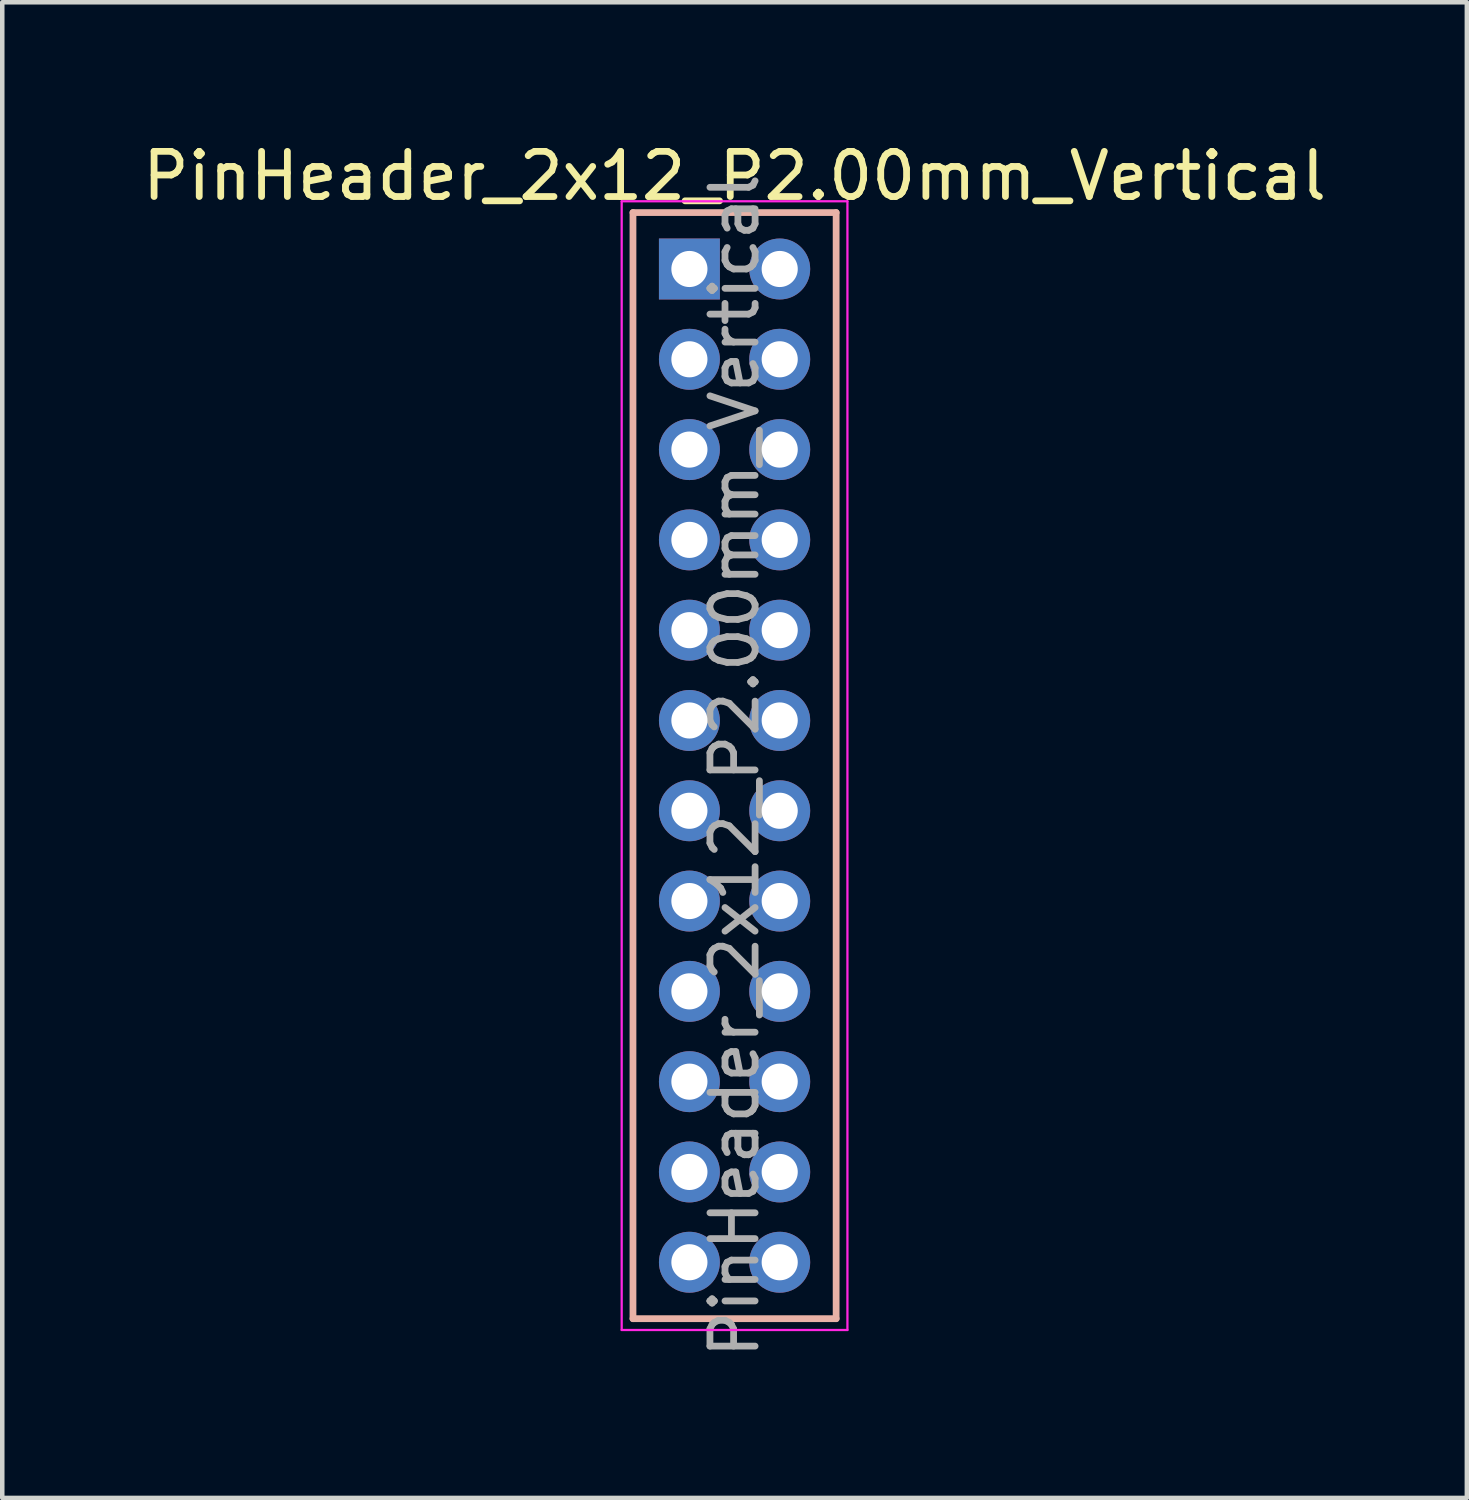
<source format=kicad_pcb>
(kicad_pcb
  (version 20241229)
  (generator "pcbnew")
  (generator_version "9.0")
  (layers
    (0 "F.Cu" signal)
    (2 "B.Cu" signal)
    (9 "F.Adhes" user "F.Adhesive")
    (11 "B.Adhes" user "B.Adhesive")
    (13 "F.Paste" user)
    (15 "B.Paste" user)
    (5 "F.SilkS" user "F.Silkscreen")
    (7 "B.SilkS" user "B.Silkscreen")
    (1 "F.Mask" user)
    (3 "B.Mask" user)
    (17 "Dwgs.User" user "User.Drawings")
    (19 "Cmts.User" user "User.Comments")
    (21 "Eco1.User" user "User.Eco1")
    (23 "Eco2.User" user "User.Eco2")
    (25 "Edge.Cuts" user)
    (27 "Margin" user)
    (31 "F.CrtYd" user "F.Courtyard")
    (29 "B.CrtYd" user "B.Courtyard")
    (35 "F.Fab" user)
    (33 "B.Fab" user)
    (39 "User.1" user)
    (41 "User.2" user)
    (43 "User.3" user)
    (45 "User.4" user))
  (footprint "PinHeader_2x12_P2.00mm_Vertical"
    (layer "F.Cu")
    (at 12.22 2.908)
    (property "Reference" "PinHeader_2x12_P2.00mm_Vertical" (at 1 -2.06 0) (layer "F.SilkS") (effects (font (size 1 1) (thickness 0.15))))
    (attr through_hole)
    (fp_line (start -1.25 -1.25) (end -1.25 23.25) (stroke (width 0.15) (type solid)) (layer "B.SilkS"))
    (fp_line (start -1.25 23.25) (end 3.25 23.25) (stroke (width 0.15) (type solid)) (layer "B.SilkS"))
    (fp_line (start 3.25 -1.25) (end -1.25 -1.25) (stroke (width 0.15) (type solid)) (layer "B.SilkS"))
    (fp_line (start 3.25 23.25) (end 3.25 -1.25) (stroke (width 0.15) (type solid)) (layer "B.SilkS"))
    (fp_line (start -1.5 -1.5) (end -1.5 23.5) (stroke (width 0.05) (type solid)) (layer "F.CrtYd"))
    (fp_line (start -1.5 23.5) (end 3.5 23.5) (stroke (width 0.05) (type solid)) (layer "F.CrtYd"))
    (fp_line (start 3.5 -1.5) (end -1.5 -1.5) (stroke (width 0.05) (type solid)) (layer "F.CrtYd"))
    (fp_line (start 3.5 23.5) (end 3.5 -1.5) (stroke (width 0.05) (type solid)) (layer "F.CrtYd"))
    (fp_text user "${REFERENCE}" (at 1 11 90) (layer "F.Fab") (effects (font (size 1 1) (thickness 0.15))))
    (pad "1" thru_hole rect (at 0 0) (size 1.35 1.35) (drill 0.8) (layers "*.Cu" "*.Mask"))
    (pad "2" thru_hole oval (at 2 0) (size 1.35 1.35) (drill 0.8) (layers "*.Cu" "*.Mask"))
    (pad "3" thru_hole oval (at 0 2) (size 1.35 1.35) (drill 0.8) (layers "*.Cu" "*.Mask"))
    (pad "4" thru_hole oval (at 2 2) (size 1.35 1.35) (drill 0.8) (layers "*.Cu" "*.Mask"))
    (pad "5" thru_hole oval (at 0 4) (size 1.35 1.35) (drill 0.8) (layers "*.Cu" "*.Mask"))
    (pad "6" thru_hole oval (at 2 4) (size 1.35 1.35) (drill 0.8) (layers "*.Cu" "*.Mask"))
    (pad "7" thru_hole oval (at 0 6) (size 1.35 1.35) (drill 0.8) (layers "*.Cu" "*.Mask"))
    (pad "8" thru_hole oval (at 2 6) (size 1.35 1.35) (drill 0.8) (layers "*.Cu" "*.Mask"))
    (pad "9" thru_hole oval (at 0 8) (size 1.35 1.35) (drill 0.8) (layers "*.Cu" "*.Mask"))
    (pad "10" thru_hole oval (at 2 8) (size 1.35 1.35) (drill 0.8) (layers "*.Cu" "*.Mask"))
    (pad "11" thru_hole oval (at 0 10) (size 1.35 1.35) (drill 0.8) (layers "*.Cu" "*.Mask"))
    (pad "12" thru_hole oval (at 2 10) (size 1.35 1.35) (drill 0.8) (layers "*.Cu" "*.Mask"))
    (pad "13" thru_hole oval (at 0 12) (size 1.35 1.35) (drill 0.8) (layers "*.Cu" "*.Mask"))
    (pad "14" thru_hole oval (at 2 12) (size 1.35 1.35) (drill 0.8) (layers "*.Cu" "*.Mask"))
    (pad "15" thru_hole oval (at 0 14) (size 1.35 1.35) (drill 0.8) (layers "*.Cu" "*.Mask"))
    (pad "16" thru_hole oval (at 2 14) (size 1.35 1.35) (drill 0.8) (layers "*.Cu" "*.Mask"))
    (pad "17" thru_hole oval (at 0 16) (size 1.35 1.35) (drill 0.8) (layers "*.Cu" "*.Mask"))
    (pad "18" thru_hole oval (at 2 16) (size 1.35 1.35) (drill 0.8) (layers "*.Cu" "*.Mask"))
    (pad "19" thru_hole oval (at 0 18) (size 1.35 1.35) (drill 0.8) (layers "*.Cu" "*.Mask"))
    (pad "20" thru_hole oval (at 2 18) (size 1.35 1.35) (drill 0.8) (layers "*.Cu" "*.Mask"))
    (pad "21" thru_hole oval (at 0 20) (size 1.35 1.35) (drill 0.8) (layers "*.Cu" "*.Mask"))
    (pad "22" thru_hole oval (at 2 20) (size 1.35 1.35) (drill 0.8) (layers "*.Cu" "*.Mask"))
    (pad "23" thru_hole oval (at 0 22) (size 1.35 1.35) (drill 0.8) (layers "*.Cu" "*.Mask"))
    (pad "24" thru_hole oval (at 2 22) (size 1.35 1.35) (drill 0.8) (layers "*.Cu" "*.Mask")))
  (gr_rect
    (start -3 -3)
    (end 29.44 30.128)
    (stroke (width 0.1) (type default))
    (fill no)
    (layer "Edge.Cuts")))
</source>
